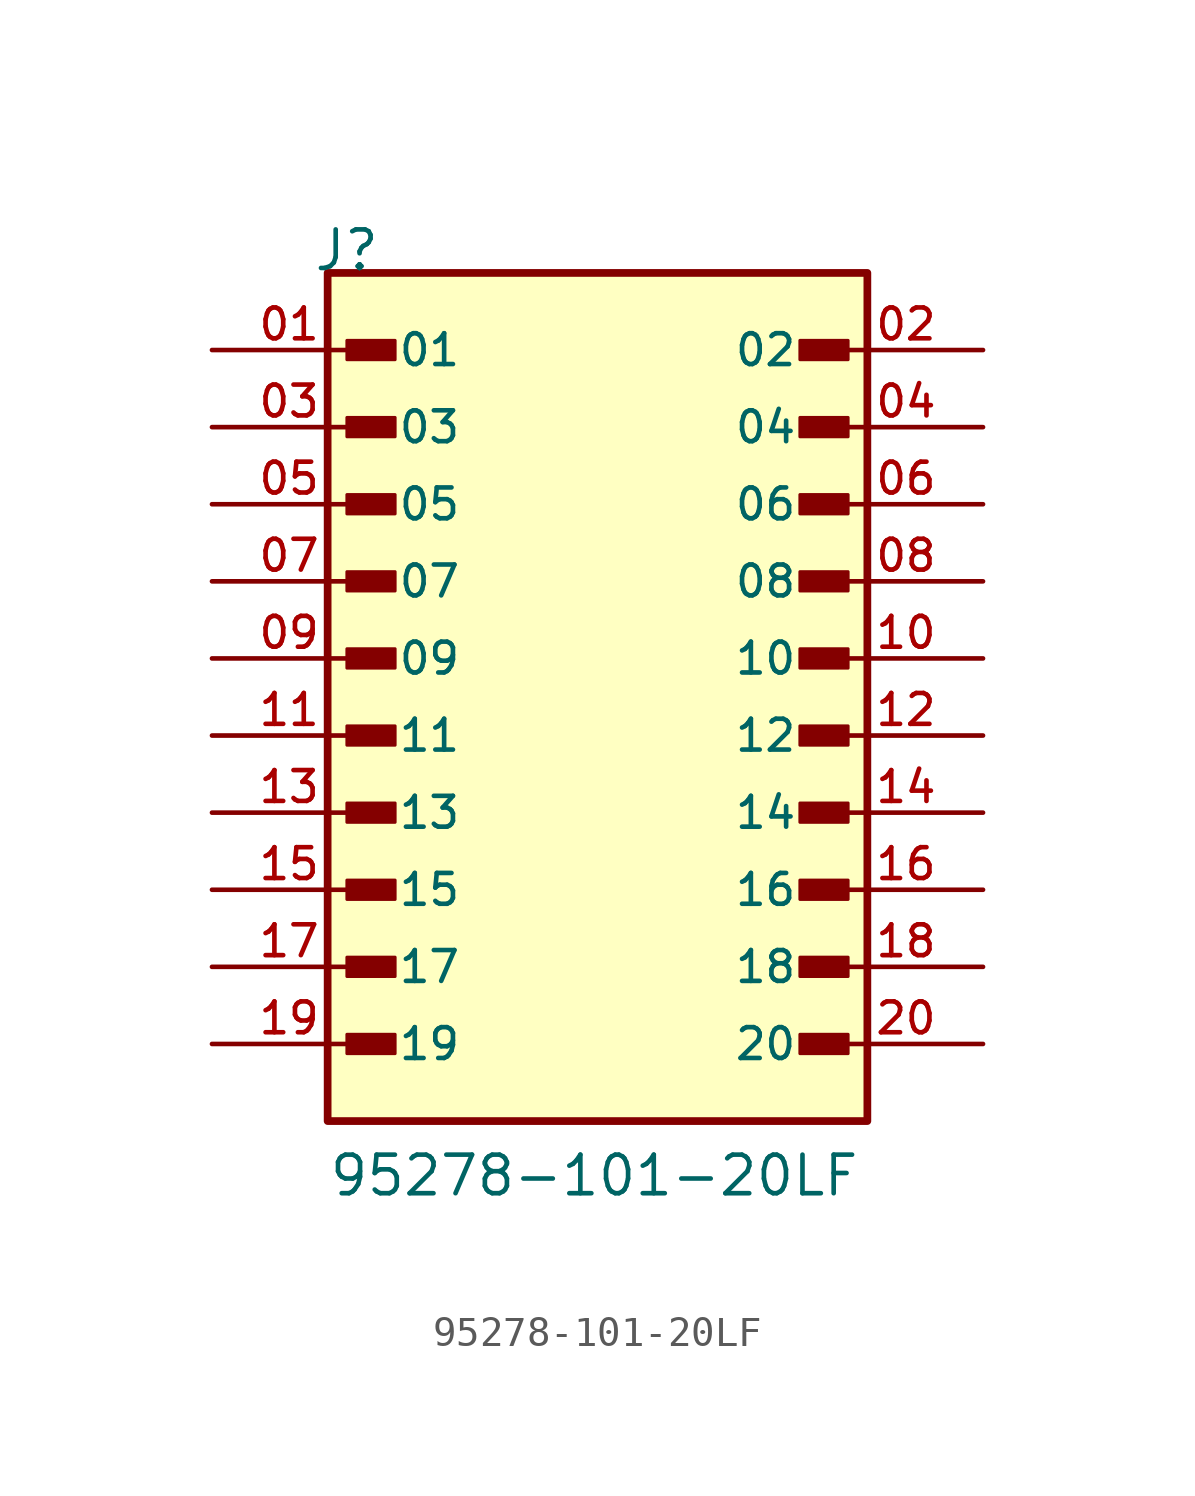
<source format=kicad_sym>
(kicad_symbol_lib
  (version 20211014)
  (generator kicad_symbol_editor)
  (symbol "95278-101-20LF"
    (pin_names
      (offset 1.016))
    (property "Reference" "J"
      (at -9.39 12.7 0)
      (effects (font (size 1.27 1.27)) (justify bottom left)))
    (property "Value" "95278-101-20LF"
      (at -8.89 -17.78 0)
      (effects (font (size 1.27 1.27)) (justify bottom left)))
    (symbol "95278-101-20LF_0_0"
      (rectangle (start -8.255 9.842) (end -6.668 10.477) (stroke (width 0.1)) (fill (type outline)))
      (rectangle (start 6.668 9.842) (end 8.255 10.477) (stroke (width 0.1)) (fill (type outline)))
      (rectangle (start -8.255 7.303) (end -6.668 7.938) (stroke (width 0.1)) (fill (type outline)))
      (rectangle (start 6.668 7.303) (end 8.255 7.938) (stroke (width 0.1)) (fill (type outline)))
      (rectangle (start -8.255 4.763) (end -6.668 5.397) (stroke (width 0.1)) (fill (type outline)))
      (rectangle (start 6.668 4.763) (end 8.255 5.397) (stroke (width 0.1)) (fill (type outline)))
      (rectangle (start -8.255 2.223) (end -6.668 2.857) (stroke (width 0.1)) (fill (type outline)))
      (rectangle (start 6.668 2.223) (end 8.255 2.857) (stroke (width 0.1)) (fill (type outline)))
      (rectangle (start -8.255 -0.318) (end -6.668 0.318) (stroke (width 0.1)) (fill (type outline)))
      (rectangle (start 6.668 -0.318) (end 8.255 0.318) (stroke (width 0.1)) (fill (type outline)))
      (rectangle (start -8.255 -2.857) (end -6.668 -2.223) (stroke (width 0.1)) (fill (type outline)))
      (rectangle (start 6.668 -2.857) (end 8.255 -2.223) (stroke (width 0.1)) (fill (type outline)))
      (rectangle (start -8.255 -5.397) (end -6.668 -4.763) (stroke (width 0.1)) (fill (type outline)))
      (rectangle (start 6.668 -5.397) (end 8.255 -4.763) (stroke (width 0.1)) (fill (type outline)))
      (rectangle (start -8.255 -7.938) (end -6.668 -7.303) (stroke (width 0.1)) (fill (type outline)))
      (rectangle (start 6.668 -7.938) (end 8.255 -7.303) (stroke (width 0.1)) (fill (type outline)))
      (rectangle (start -8.255 -10.477) (end -6.668 -9.842) (stroke (width 0.1)) (fill (type outline)))
      (rectangle (start 6.668 -10.477) (end 8.255 -9.842) (stroke (width 0.1)) (fill (type outline)))
      (rectangle (start -8.255 -13.018) (end -6.668 -12.383) (stroke (width 0.1)) (fill (type outline)))
      (rectangle (start 6.668 -13.018) (end 8.255 -12.383) (stroke (width 0.1)) (fill (type outline)))
      (rectangle (start -8.89 -15.24) (end 8.89 12.7) (stroke (width 0.254)) (fill (type background)))
      (pin passive line (at -12.7 10.16 0) (length 5.08) (name "01" (effects (font (size 1.016 1.016)))) (number "01" (effects (font (size 1.016 1.016)))))
      (pin passive line (at 12.7 10.16 180.0) (length 5.08) (name "02" (effects (font (size 1.016 1.016)))) (number "02" (effects (font (size 1.016 1.016)))))
      (pin passive line (at -12.7 7.62 0) (length 5.08) (name "03" (effects (font (size 1.016 1.016)))) (number "03" (effects (font (size 1.016 1.016)))))
      (pin passive line (at 12.7 7.62 180.0) (length 5.08) (name "04" (effects (font (size 1.016 1.016)))) (number "04" (effects (font (size 1.016 1.016)))))
      (pin passive line (at -12.7 5.08 0) (length 5.08) (name "05" (effects (font (size 1.016 1.016)))) (number "05" (effects (font (size 1.016 1.016)))))
      (pin passive line (at 12.7 5.08 180.0) (length 5.08) (name "06" (effects (font (size 1.016 1.016)))) (number "06" (effects (font (size 1.016 1.016)))))
      (pin passive line (at -12.7 2.54 0) (length 5.08) (name "07" (effects (font (size 1.016 1.016)))) (number "07" (effects (font (size 1.016 1.016)))))
      (pin passive line (at 12.7 2.54 180.0) (length 5.08) (name "08" (effects (font (size 1.016 1.016)))) (number "08" (effects (font (size 1.016 1.016)))))
      (pin passive line (at -12.7 0.0 0) (length 5.08) (name "09" (effects (font (size 1.016 1.016)))) (number "09" (effects (font (size 1.016 1.016)))))
      (pin passive line (at 12.7 0.0 180.0) (length 5.08) (name "10" (effects (font (size 1.016 1.016)))) (number "10" (effects (font (size 1.016 1.016)))))
      (pin passive line (at -12.7 -2.54 0) (length 5.08) (name "11" (effects (font (size 1.016 1.016)))) (number "11" (effects (font (size 1.016 1.016)))))
      (pin passive line (at 12.7 -2.54 180.0) (length 5.08) (name "12" (effects (font (size 1.016 1.016)))) (number "12" (effects (font (size 1.016 1.016)))))
      (pin passive line (at -12.7 -5.08 0) (length 5.08) (name "13" (effects (font (size 1.016 1.016)))) (number "13" (effects (font (size 1.016 1.016)))))
      (pin passive line (at 12.7 -5.08 180.0) (length 5.08) (name "14" (effects (font (size 1.016 1.016)))) (number "14" (effects (font (size 1.016 1.016)))))
      (pin passive line (at -12.7 -7.62 0) (length 5.08) (name "15" (effects (font (size 1.016 1.016)))) (number "15" (effects (font (size 1.016 1.016)))))
      (pin passive line (at 12.7 -7.62 180.0) (length 5.08) (name "16" (effects (font (size 1.016 1.016)))) (number "16" (effects (font (size 1.016 1.016)))))
      (pin passive line (at -12.7 -10.16 0) (length 5.08) (name "17" (effects (font (size 1.016 1.016)))) (number "17" (effects (font (size 1.016 1.016)))))
      (pin passive line (at 12.7 -10.16 180.0) (length 5.08) (name "18" (effects (font (size 1.016 1.016)))) (number "18" (effects (font (size 1.016 1.016)))))
      (pin passive line (at -12.7 -12.7 0) (length 5.08) (name "19" (effects (font (size 1.016 1.016)))) (number "19" (effects (font (size 1.016 1.016)))))
      (pin passive line (at 12.7 -12.7 180.0) (length 5.08) (name "20" (effects (font (size 1.016 1.016)))) (number "20" (effects (font (size 1.016 1.016))))))))
</source>
